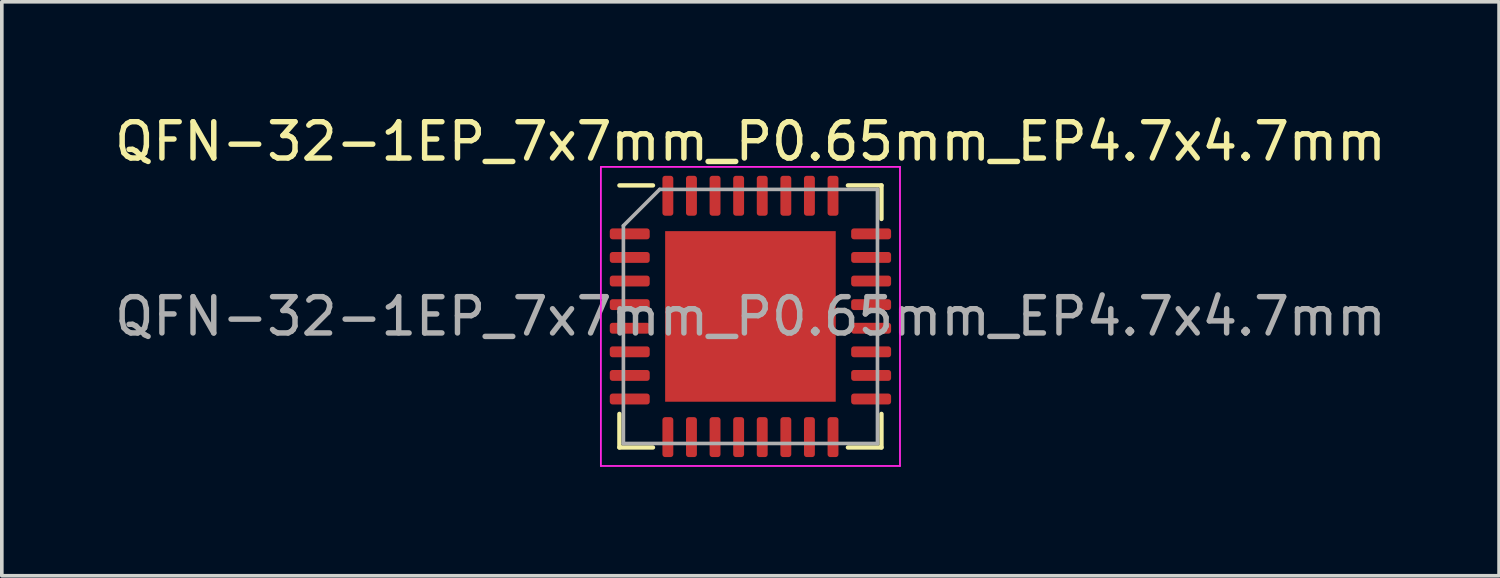
<source format=kicad_pcb>
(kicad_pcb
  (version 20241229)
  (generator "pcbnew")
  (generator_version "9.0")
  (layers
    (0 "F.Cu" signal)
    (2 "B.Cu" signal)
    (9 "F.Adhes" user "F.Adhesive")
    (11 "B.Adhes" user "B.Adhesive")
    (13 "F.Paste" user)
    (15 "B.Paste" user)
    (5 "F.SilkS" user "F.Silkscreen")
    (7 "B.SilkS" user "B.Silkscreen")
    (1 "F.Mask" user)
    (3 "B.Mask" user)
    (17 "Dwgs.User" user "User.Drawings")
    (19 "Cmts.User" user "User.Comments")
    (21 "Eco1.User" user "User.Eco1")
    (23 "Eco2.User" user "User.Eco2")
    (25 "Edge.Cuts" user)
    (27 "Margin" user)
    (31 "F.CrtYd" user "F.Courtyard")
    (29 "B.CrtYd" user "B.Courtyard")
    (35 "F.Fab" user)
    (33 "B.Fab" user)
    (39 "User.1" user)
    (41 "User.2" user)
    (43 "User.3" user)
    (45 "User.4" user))
  (footprint "QFN-32-1EP_7x7mm_P0.65mm_EP4.7x4.7mm"
    (layer "F.Cu")
    (at 17.625 5.668)
    (property "Reference" "QFN-32-1EP_7x7mm_P0.65mm_EP4.7x4.7mm" (at 0 -4.82 0) (layer "F.SilkS") (effects (font (size 1 1) (thickness 0.15))))
    (attr smd)
    (fp_line (start -3.61 3.61) (end -3.61 2.685) (stroke (width 0.12) (type solid)) (layer "F.SilkS"))
    (fp_line (start -2.685 -3.61) (end -3.61 -3.61) (stroke (width 0.12) (type solid)) (layer "F.SilkS"))
    (fp_line (start -2.685 3.61) (end -3.61 3.61) (stroke (width 0.12) (type solid)) (layer "F.SilkS"))
    (fp_line (start 2.685 -3.61) (end 3.61 -3.61) (stroke (width 0.12) (type solid)) (layer "F.SilkS"))
    (fp_line (start 2.685 3.61) (end 3.61 3.61) (stroke (width 0.12) (type solid)) (layer "F.SilkS"))
    (fp_line (start 3.61 -3.61) (end 3.61 -2.685) (stroke (width 0.12) (type solid)) (layer "F.SilkS"))
    (fp_line (start 3.61 3.61) (end 3.61 2.685) (stroke (width 0.12) (type solid)) (layer "F.SilkS"))
    (fp_line (start -4.12 -4.12) (end -4.12 4.12) (stroke (width 0.05) (type solid)) (layer "F.CrtYd"))
    (fp_line (start -4.12 4.12) (end 4.12 4.12) (stroke (width 0.05) (type solid)) (layer "F.CrtYd"))
    (fp_line (start 4.12 -4.12) (end -4.12 -4.12) (stroke (width 0.05) (type solid)) (layer "F.CrtYd"))
    (fp_line (start 4.12 4.12) (end 4.12 -4.12) (stroke (width 0.05) (type solid)) (layer "F.CrtYd"))
    (fp_line (start -3.5 -2.5) (end -2.5 -3.5) (stroke (width 0.1) (type solid)) (layer "F.Fab"))
    (fp_line (start -3.5 3.5) (end -3.5 -2.5) (stroke (width 0.1) (type solid)) (layer "F.Fab"))
    (fp_line (start -2.5 -3.5) (end 3.5 -3.5) (stroke (width 0.1) (type solid)) (layer "F.Fab"))
    (fp_line (start 3.5 -3.5) (end 3.5 3.5) (stroke (width 0.1) (type solid)) (layer "F.Fab"))
    (fp_line (start 3.5 3.5) (end -3.5 3.5) (stroke (width 0.1) (type solid)) (layer "F.Fab"))
    (fp_text user "${REFERENCE}" (at 0 0 0) (layer "F.Fab") (effects (font (size 1 1) (thickness 0.15))))
    (pad "" smd roundrect (at -1.77 -1.77) (size 0.95 0.95) (layers "F.Paste") (roundrect_rratio 0.25))
    (pad "" smd roundrect (at -1.77 -0.59) (size 0.95 0.95) (layers "F.Paste") (roundrect_rratio 0.25))
    (pad "" smd roundrect (at -1.77 0.59) (size 0.95 0.95) (layers "F.Paste") (roundrect_rratio 0.25))
    (pad "" smd roundrect (at -1.77 1.77) (size 0.95 0.95) (layers "F.Paste") (roundrect_rratio 0.25))
    (pad "" smd roundrect (at -0.59 -1.77) (size 0.95 0.95) (layers "F.Paste") (roundrect_rratio 0.25))
    (pad "" smd roundrect (at -0.59 -0.59) (size 0.95 0.95) (layers "F.Paste") (roundrect_rratio 0.25))
    (pad "" smd roundrect (at -0.59 0.59) (size 0.95 0.95) (layers "F.Paste") (roundrect_rratio 0.25))
    (pad "" smd roundrect (at -0.59 1.77) (size 0.95 0.95) (layers "F.Paste") (roundrect_rratio 0.25))
    (pad "" smd roundrect (at 0.59 -1.77) (size 0.95 0.95) (layers "F.Paste") (roundrect_rratio 0.25))
    (pad "" smd roundrect (at 0.59 -0.59) (size 0.95 0.95) (layers "F.Paste") (roundrect_rratio 0.25))
    (pad "" smd roundrect (at 0.59 0.59) (size 0.95 0.95) (layers "F.Paste") (roundrect_rratio 0.25))
    (pad "" smd roundrect (at 0.59 1.77) (size 0.95 0.95) (layers "F.Paste") (roundrect_rratio 0.25))
    (pad "" smd roundrect (at 1.77 -1.77) (size 0.95 0.95) (layers "F.Paste") (roundrect_rratio 0.25))
    (pad "" smd roundrect (at 1.77 -0.59) (size 0.95 0.95) (layers "F.Paste") (roundrect_rratio 0.25))
    (pad "" smd roundrect (at 1.77 0.59) (size 0.95 0.95) (layers "F.Paste") (roundrect_rratio 0.25))
    (pad "" smd roundrect (at 1.77 1.77) (size 0.95 0.95) (layers "F.Paste") (roundrect_rratio 0.25))
    (pad "1" smd roundrect (at -3.325 -2.275) (size 1.1 0.3) (layers "F.Cu" "F.Mask" "F.Paste") (roundrect_rratio 0.25))
    (pad "2" smd roundrect (at -3.325 -1.625) (size 1.1 0.3) (layers "F.Cu" "F.Mask" "F.Paste") (roundrect_rratio 0.25))
    (pad "3" smd roundrect (at -3.325 -0.975) (size 1.1 0.3) (layers "F.Cu" "F.Mask" "F.Paste") (roundrect_rratio 0.25))
    (pad "4" smd roundrect (at -3.325 -0.325) (size 1.1 0.3) (layers "F.Cu" "F.Mask" "F.Paste") (roundrect_rratio 0.25))
    (pad "5" smd roundrect (at -3.325 0.325) (size 1.1 0.3) (layers "F.Cu" "F.Mask" "F.Paste") (roundrect_rratio 0.25))
    (pad "6" smd roundrect (at -3.325 0.975) (size 1.1 0.3) (layers "F.Cu" "F.Mask" "F.Paste") (roundrect_rratio 0.25))
    (pad "7" smd roundrect (at -3.325 1.625) (size 1.1 0.3) (layers "F.Cu" "F.Mask" "F.Paste") (roundrect_rratio 0.25))
    (pad "8" smd roundrect (at -3.325 2.275) (size 1.1 0.3) (layers "F.Cu" "F.Mask" "F.Paste") (roundrect_rratio 0.25))
    (pad "9" smd roundrect (at -2.275 3.325) (size 0.3 1.1) (layers "F.Cu" "F.Mask" "F.Paste") (roundrect_rratio 0.25))
    (pad "10" smd roundrect (at -1.625 3.325) (size 0.3 1.1) (layers "F.Cu" "F.Mask" "F.Paste") (roundrect_rratio 0.25))
    (pad "11" smd roundrect (at -0.975 3.325) (size 0.3 1.1) (layers "F.Cu" "F.Mask" "F.Paste") (roundrect_rratio 0.25))
    (pad "12" smd roundrect (at -0.325 3.325) (size 0.3 1.1) (layers "F.Cu" "F.Mask" "F.Paste") (roundrect_rratio 0.25))
    (pad "13" smd roundrect (at 0.325 3.325) (size 0.3 1.1) (layers "F.Cu" "F.Mask" "F.Paste") (roundrect_rratio 0.25))
    (pad "14" smd roundrect (at 0.975 3.325) (size 0.3 1.1) (layers "F.Cu" "F.Mask" "F.Paste") (roundrect_rratio 0.25))
    (pad "15" smd roundrect (at 1.625 3.325) (size 0.3 1.1) (layers "F.Cu" "F.Mask" "F.Paste") (roundrect_rratio 0.25))
    (pad "16" smd roundrect (at 2.275 3.325) (size 0.3 1.1) (layers "F.Cu" "F.Mask" "F.Paste") (roundrect_rratio 0.25))
    (pad "17" smd roundrect (at 3.325 2.275) (size 1.1 0.3) (layers "F.Cu" "F.Mask" "F.Paste") (roundrect_rratio 0.25))
    (pad "18" smd roundrect (at 3.325 1.625) (size 1.1 0.3) (layers "F.Cu" "F.Mask" "F.Paste") (roundrect_rratio 0.25))
    (pad "19" smd roundrect (at 3.325 0.975) (size 1.1 0.3) (layers "F.Cu" "F.Mask" "F.Paste") (roundrect_rratio 0.25))
    (pad "20" smd roundrect (at 3.325 0.325) (size 1.1 0.3) (layers "F.Cu" "F.Mask" "F.Paste") (roundrect_rratio 0.25))
    (pad "21" smd roundrect (at 3.325 -0.325) (size 1.1 0.3) (layers "F.Cu" "F.Mask" "F.Paste") (roundrect_rratio 0.25))
    (pad "22" smd roundrect (at 3.325 -0.975) (size 1.1 0.3) (layers "F.Cu" "F.Mask" "F.Paste") (roundrect_rratio 0.25))
    (pad "23" smd roundrect (at 3.325 -1.625) (size 1.1 0.3) (layers "F.Cu" "F.Mask" "F.Paste") (roundrect_rratio 0.25))
    (pad "24" smd roundrect (at 3.325 -2.275) (size 1.1 0.3) (layers "F.Cu" "F.Mask" "F.Paste") (roundrect_rratio 0.25))
    (pad "25" smd roundrect (at 2.275 -3.325) (size 0.3 1.1) (layers "F.Cu" "F.Mask" "F.Paste") (roundrect_rratio 0.25))
    (pad "26" smd roundrect (at 1.625 -3.325) (size 0.3 1.1) (layers "F.Cu" "F.Mask" "F.Paste") (roundrect_rratio 0.25))
    (pad "27" smd roundrect (at 0.975 -3.325) (size 0.3 1.1) (layers "F.Cu" "F.Mask" "F.Paste") (roundrect_rratio 0.25))
    (pad "28" smd roundrect (at 0.325 -3.325) (size 0.3 1.1) (layers "F.Cu" "F.Mask" "F.Paste") (roundrect_rratio 0.25))
    (pad "29" smd roundrect (at -0.325 -3.325) (size 0.3 1.1) (layers "F.Cu" "F.Mask" "F.Paste") (roundrect_rratio 0.25))
    (pad "30" smd roundrect (at -0.975 -3.325) (size 0.3 1.1) (layers "F.Cu" "F.Mask" "F.Paste") (roundrect_rratio 0.25))
    (pad "31" smd roundrect (at -1.625 -3.325) (size 0.3 1.1) (layers "F.Cu" "F.Mask" "F.Paste") (roundrect_rratio 0.25))
    (pad "32" smd roundrect (at -2.275 -3.325) (size 0.3 1.1) (layers "F.Cu" "F.Mask" "F.Paste") (roundrect_rratio 0.25))
    (pad "33" smd rect (at 0 0) (size 4.7 4.7) (layers "F.Cu" "F.Mask")))
  (gr_rect
    (start -3 -3)
    (end 38.25 12.813)
    (stroke (width 0.1) (type default))
    (fill no)
    (layer "Edge.Cuts")))
</source>
